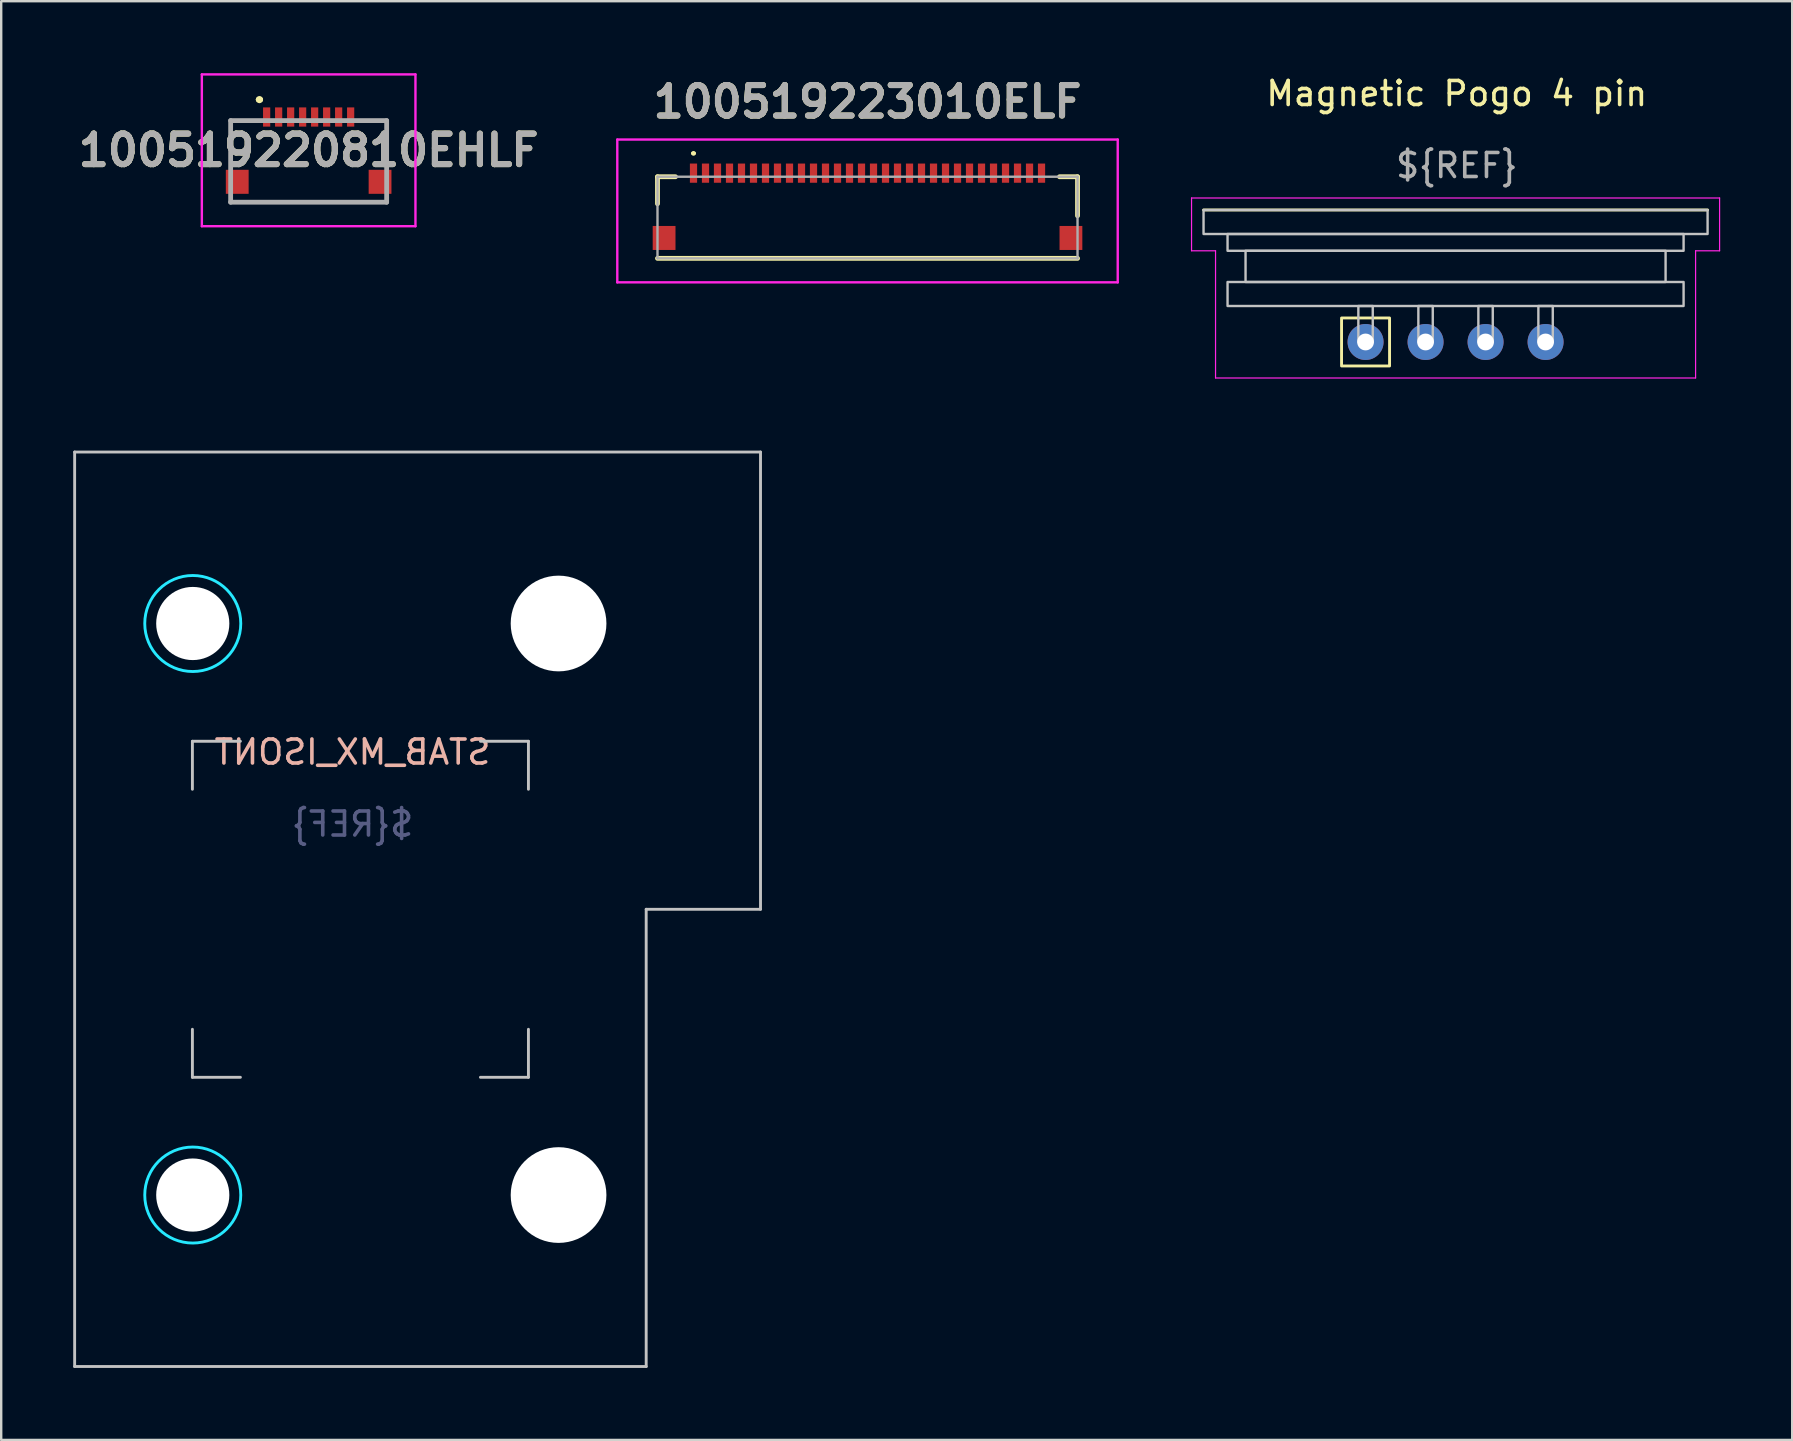
<source format=kicad_pcb>
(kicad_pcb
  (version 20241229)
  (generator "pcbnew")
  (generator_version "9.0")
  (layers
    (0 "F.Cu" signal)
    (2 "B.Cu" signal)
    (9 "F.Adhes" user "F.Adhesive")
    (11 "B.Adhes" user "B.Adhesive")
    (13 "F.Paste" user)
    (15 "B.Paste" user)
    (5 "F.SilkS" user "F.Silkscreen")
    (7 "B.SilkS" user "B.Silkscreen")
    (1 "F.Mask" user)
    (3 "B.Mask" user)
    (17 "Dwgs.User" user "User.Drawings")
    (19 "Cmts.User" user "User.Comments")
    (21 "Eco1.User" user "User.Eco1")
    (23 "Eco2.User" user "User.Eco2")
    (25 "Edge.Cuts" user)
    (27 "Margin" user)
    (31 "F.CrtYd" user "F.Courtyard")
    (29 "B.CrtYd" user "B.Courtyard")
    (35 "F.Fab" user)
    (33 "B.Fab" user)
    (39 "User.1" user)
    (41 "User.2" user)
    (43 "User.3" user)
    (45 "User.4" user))
  (footprint "STAB_MX_ISONT"
    (layer "F.Cu")
    (at 11.966 34.833)
    (property "Reference" "STAB_MX_ISONT" (at -0.331 -6.55 0) (unlocked yes) (layer "B.SilkS") (effects (font (size 1 1) (thickness 0.15)) (justify mirror)))
    (attr smd)
    (fp_line (start -11.906 -19.05) (end 16.669 -19.05) (stroke (width 0.12) (type solid)) (layer "Dwgs.User"))
    (fp_line (start -11.906 19.05) (end -11.906 -19.05) (stroke (width 0.12) (type solid)) (layer "Dwgs.User"))
    (fp_line (start -7 -7) (end -5 -7) (stroke (width 0.12) (type solid)) (layer "Dwgs.User"))
    (fp_line (start -7 -5) (end -7 -7) (stroke (width 0.12) (type solid)) (layer "Dwgs.User"))
    (fp_line (start -7 5) (end -7 7) (stroke (width 0.12) (type solid)) (layer "Dwgs.User"))
    (fp_line (start -7 7) (end -5 7) (stroke (width 0.12) (type solid)) (layer "Dwgs.User"))
    (fp_line (start 5 7) (end 7 7) (stroke (width 0.12) (type solid)) (layer "Dwgs.User"))
    (fp_line (start 7 -7) (end 5 -7) (stroke (width 0.12) (type solid)) (layer "Dwgs.User"))
    (fp_line (start 7 -5) (end 7 -7) (stroke (width 0.12) (type solid)) (layer "Dwgs.User"))
    (fp_line (start 7 7) (end 7 5) (stroke (width 0.12) (type solid)) (layer "Dwgs.User"))
    (fp_line (start 11.906 0) (end 11.906 19.05) (stroke (width 0.12) (type solid)) (layer "Dwgs.User"))
    (fp_line (start 11.906 19.05) (end -11.906 19.05) (stroke (width 0.12) (type solid)) (layer "Dwgs.User"))
    (fp_line (start 16.669 -19.05) (end 16.669 0) (stroke (width 0.12) (type solid)) (layer "Dwgs.User"))
    (fp_line (start 16.669 0) (end 11.906 0) (stroke (width 0.12) (type solid)) (layer "Dwgs.User"))
    (fp_line (start -6 -14.781) (end -6 -9.031) (stroke (width 0.05) (type solid)) (layer "Eco2.User"))
    (fp_line (start -6 9.031) (end -6 14.78) (stroke (width 0.05) (type solid)) (layer "Eco2.User"))
    (fp_line (start -5.5 -15.281) (end 7.5 -15.281) (stroke (width 0.05) (type solid)) (layer "Eco2.User"))
    (fp_line (start -5.5 -8.531) (end 7.5 -8.531) (stroke (width 0.05) (type solid)) (layer "Eco2.User"))
    (fp_line (start -5.5 8.531) (end 7.5 8.531) (stroke (width 0.05) (type solid)) (layer "Eco2.User"))
    (fp_line (start -5.5 15.28) (end 7.5 15.281) (stroke (width 0.05) (type solid)) (layer "Eco2.User"))
    (fp_line (start 8 -14.781) (end 8 -9.031) (stroke (width 0.05) (type solid)) (layer "Eco2.User"))
    (fp_line (start 8 9.031) (end 8 14.781) (stroke (width 0.05) (type solid)) (layer "Eco2.User"))
    (fp_arc (start -5.999999 -14.78125) (mid -5.853552 -15.134803) (end -5.499999 -15.28125) (stroke (width 0.05) (type solid)) (layer "Eco2.User"))
    (fp_arc (start -5.999999 9.03125) (mid -5.853552 8.677697) (end -5.499999 8.53125) (stroke (width 0.05) (type solid)) (layer "Eco2.User"))
    (fp_arc (start -5.499999 -8.53125) (mid -5.853552 -8.677697) (end -5.999999 -9.03125) (stroke (width 0.05) (type solid)) (layer "Eco2.User"))
    (fp_arc (start -5.499999 15.280039) (mid -5.853552 15.133592) (end -5.999999 14.780039) (stroke (width 0.05) (type solid)) (layer "Eco2.User"))
    (fp_arc (start 7.500001 -15.28125) (mid 7.853554 -15.134803) (end 8.000001 -14.78125) (stroke (width 0.05) (type solid)) (layer "Eco2.User"))
    (fp_arc (start 7.500001 8.53125) (mid 7.853554 8.677697) (end 8.000001 9.03125) (stroke (width 0.05) (type solid)) (layer "Eco2.User"))
    (fp_arc (start 8.000001 -9.03125) (mid 7.853554 -8.677697) (end 7.500001 -8.53125) (stroke (width 0.05) (type solid)) (layer "Eco2.User"))
    (fp_arc (start 8.000001 14.78125) (mid 7.853554 15.134803) (end 7.500001 15.28125) (stroke (width 0.05) (type solid)) (layer "Eco2.User"))
    (fp_circle (center -6.985 -11.906) (end -4.985 -11.906) (stroke (width 0.12) (type solid)) (fill no) (layer "B.CrtYd"))
    (fp_circle (center -6.985 11.906) (end -4.985 11.906) (stroke (width 0.12) (type solid)) (fill no) (layer "B.CrtYd"))
    (fp_text user "${REF}" (at -0.331 -3.55 0) (unlocked yes) (layer "B.Fab") (effects (font (size 1 1) (thickness 0.15)) (justify mirror)))
    (pad "" np_thru_hole circle (at -6.985 -11.906 90) (size 3.048 3.048) (drill 3.048) (layers "*.Cu" "*.Mask"))
    (pad "" np_thru_hole circle (at -6.985 11.906 90) (size 3.048 3.048) (drill 3.048) (layers "*.Cu" "*.Mask"))
    (pad "" np_thru_hole circle (at 8.255 -11.906 90) (size 3.988 3.988) (drill 3.988) (layers "*.Cu" "*.Mask"))
    (pad "" np_thru_hole circle (at 8.255 11.906 90) (size 3.988 3.988) (drill 3.988) (layers "*.Cu" "*.Mask")))
  (footprint "Magnetic Pogo 4 pin"
    (layer "F.Cu")
    (at 57.593 5.698)
    (property "Reference" "Magnetic Pogo 4 pin" (at 0.05 -4.85 0) (unlocked yes) (layer "F.SilkS") (effects (font (size 1 1) (thickness 0.15))))
    (attr through_hole)
    (fp_line (start 10.5 0) (end -10.5 0) (stroke (width 0.12) (type solid)) (layer "F.SilkS"))
    (fp_rect (start -4.75 6.5) (end -2.75 4.5) (stroke (width 0.12) (type solid)) (fill no) (layer "F.SilkS"))
    (fp_rect (start -4.05 4) (end -3.45 5.5) (stroke (width 0.1) (type solid)) (fill no) (layer "Dwgs.User"))
    (fp_rect (start -1.55 4) (end -0.95 5.5) (stroke (width 0.1) (type solid)) (fill no) (layer "Dwgs.User"))
    (fp_rect (start 0.95 4) (end 1.55 5.5) (stroke (width 0.1) (type solid)) (fill no) (layer "Dwgs.User"))
    (fp_rect (start 3.45 4) (end 4.05 5.5) (stroke (width 0.1) (type solid)) (fill no) (layer "Dwgs.User"))
    (fp_rect (start 8.75 1.7) (end -8.75 3) (stroke (width 0.1) (type solid)) (fill no) (layer "Dwgs.User"))
    (fp_rect (start 9.5 1) (end -9.5 1.7) (stroke (width 0.1) (type solid)) (fill no) (layer "Dwgs.User"))
    (fp_rect (start 9.5 3) (end -9.5 4) (stroke (width 0.1) (type solid)) (fill no) (layer "Dwgs.User"))
    (fp_rect (start 10.5 1) (end -10.5 0) (stroke (width 0.1) (type solid)) (fill no) (layer "Dwgs.User"))
    (fp_line (start -11 -0.5) (end -11 1.7) (stroke (width 0.05) (type solid)) (layer "F.CrtYd"))
    (fp_line (start -11 1.7) (end -10 1.7) (stroke (width 0.05) (type solid)) (layer "F.CrtYd"))
    (fp_line (start -10 1.7) (end -10 7) (stroke (width 0.05) (type solid)) (layer "F.CrtYd"))
    (fp_line (start 10 1.7) (end 10 7) (stroke (width 0.05) (type solid)) (layer "F.CrtYd"))
    (fp_line (start 10 7) (end -10 7) (stroke (width 0.05) (type solid)) (layer "F.CrtYd"))
    (fp_line (start 11 -0.5) (end -11 -0.5) (stroke (width 0.05) (type solid)) (layer "F.CrtYd"))
    (fp_line (start 11 -0.5) (end 11 1.7) (stroke (width 0.05) (type solid)) (layer "F.CrtYd"))
    (fp_line (start 11 1.7) (end 10 1.7) (stroke (width 0.05) (type solid)) (layer "F.CrtYd"))
    (fp_text user "${REF}" (at 0.05 -1.85 0) (unlocked yes) (layer "F.Fab") (effects (font (size 1 1) (thickness 0.15))))
    (pad "1" thru_hole circle (at -3.75 5.5) (size 1.5 1.5) (drill 0.7) (layers "*.Cu" "*.Mask"))
    (pad "2" thru_hole circle (at -1.25 5.5) (size 1.5 1.5) (drill 0.7) (layers "*.Cu" "*.Mask"))
    (pad "3" thru_hole circle (at 1.25 5.5) (size 1.5 1.5) (drill 0.7) (layers "*.Cu" "*.Mask"))
    (pad "4" thru_hole circle (at 3.75 5.5) (size 1.5 1.5) (drill 0.7) (layers "*.Cu" "*.Mask")))
  (footprint "100519220810EHLF"
    (layer "F.Cu")
    (at 9.809 3.6)
    (property "Reference" "100519220810EHLF" (at 0 -0.388 0) (layer "F.SilkS") (effects (font (size 1.27 1.27) (thickness 0.254))))
    (attr smd)
    (fp_line (start -3.25 -1.625) (end -3.25 0) (stroke (width 0.1) (type solid)) (layer "F.SilkS"))
    (fp_line (start -3.25 1.775) (end 3.25 1.775) (stroke (width 0.1) (type solid)) (layer "F.SilkS"))
    (fp_line (start -2.5 -1.625) (end -3.25 -1.625) (stroke (width 0.1) (type solid)) (layer "F.SilkS"))
    (fp_line (start -2.1 -2.5) (end -2.1 -2.5) (stroke (width 0.2) (type solid)) (layer "F.SilkS"))
    (fp_line (start -2 -2.5) (end -2 -2.5) (stroke (width 0.2) (type solid)) (layer "F.SilkS"))
    (fp_line (start 2.5 -1.625) (end 3.25 -1.625) (stroke (width 0.1) (type solid)) (layer "F.SilkS"))
    (fp_line (start 3.25 -1.625) (end 3.25 0) (stroke (width 0.1) (type solid)) (layer "F.SilkS"))
    (fp_arc (start -2.1 -2.5) (mid -2.05 -2.55) (end -2 -2.5) (stroke (width 0.2) (type solid)) (layer "F.SilkS"))
    (fp_arc (start -2 -2.5) (mid -2.05 -2.45) (end -2.1 -2.5) (stroke (width 0.2) (type solid)) (layer "F.SilkS"))
    (fp_line (start -4.45 -3.55) (end 4.45 -3.55) (stroke (width 0.1) (type solid)) (layer "F.CrtYd"))
    (fp_line (start -4.45 2.775) (end -4.45 -3.55) (stroke (width 0.1) (type solid)) (layer "F.CrtYd"))
    (fp_line (start 4.45 -3.55) (end 4.45 2.775) (stroke (width 0.1) (type solid)) (layer "F.CrtYd"))
    (fp_line (start 4.45 2.775) (end -4.45 2.775) (stroke (width 0.1) (type solid)) (layer "F.CrtYd"))
    (fp_line (start -3.25 -1.625) (end 3.25 -1.625) (stroke (width 0.2) (type solid)) (layer "F.Fab"))
    (fp_line (start -3.25 1.775) (end -3.25 -1.625) (stroke (width 0.2) (type solid)) (layer "F.Fab"))
    (fp_line (start 3.25 -1.625) (end 3.25 1.775) (stroke (width 0.2) (type solid)) (layer "F.Fab"))
    (fp_line (start 3.25 1.775) (end -3.25 1.775) (stroke (width 0.2) (type solid)) (layer "F.Fab"))
    (fp_text user "${REFERENCE}" (at 0 -0.388 0) (layer "F.Fab") (effects (font (size 1.27 1.27) (thickness 0.254))))
    (pad "1" smd rect (at -1.75 -1.775) (size 0.3 0.8) (layers "F.Cu" "F.Mask" "F.Paste"))
    (pad "2" smd rect (at -1.25 -1.775) (size 0.3 0.8) (layers "F.Cu" "F.Mask" "F.Paste"))
    (pad "3" smd rect (at -0.75 -1.775) (size 0.3 0.8) (layers "F.Cu" "F.Mask" "F.Paste"))
    (pad "4" smd rect (at -0.25 -1.775) (size 0.3 0.8) (layers "F.Cu" "F.Mask" "F.Paste"))
    (pad "5" smd rect (at 0.25 -1.775) (size 0.3 0.8) (layers "F.Cu" "F.Mask" "F.Paste"))
    (pad "6" smd rect (at 0.75 -1.775) (size 0.3 0.8) (layers "F.Cu" "F.Mask" "F.Paste"))
    (pad "7" smd rect (at 1.25 -1.775) (size 0.3 0.8) (layers "F.Cu" "F.Mask" "F.Paste"))
    (pad "8" smd rect (at 1.75 -1.775) (size 0.3 0.8) (layers "F.Cu" "F.Mask" "F.Paste"))
    (pad "MP1" smd rect (at -2.975 0.925) (size 0.95 1) (layers "F.Cu" "F.Mask" "F.Paste"))
    (pad "MP2" smd rect (at 2.975 0.925) (size 0.95 1) (layers "F.Cu" "F.Mask" "F.Paste")))
  (footprint "100519223010ELF"
    (layer "F.Cu")
    (at 33.093 5.939)
    (property "Reference" "100519223010ELF" (at 0 -4.75 0) (layer "F.SilkS") (effects (font (size 1.27 1.27) (thickness 0.254))))
    (attr smd)
    (fp_line (start -8.75 -1.625) (end -8 -1.625) (stroke (width 0.2) (type solid)) (layer "F.SilkS"))
    (fp_line (start -8.75 -0.5) (end -8.75 -1.625) (stroke (width 0.2) (type solid)) (layer "F.SilkS"))
    (fp_line (start -8.75 1.775) (end 8.75 1.775) (stroke (width 0.2) (type solid)) (layer "F.SilkS"))
    (fp_line (start -7.3 -2.6) (end -7.3 -2.6) (stroke (width 0.1) (type solid)) (layer "F.SilkS"))
    (fp_line (start -7.2 -2.6) (end -7.2 -2.6) (stroke (width 0.1) (type solid)) (layer "F.SilkS"))
    (fp_line (start 8 -1.625) (end 8.75 -1.625) (stroke (width 0.2) (type solid)) (layer "F.SilkS"))
    (fp_line (start 8.75 -1.625) (end 8.75 0) (stroke (width 0.2) (type solid)) (layer "F.SilkS"))
    (fp_arc (start -7.3 -2.6) (mid -7.25 -2.65) (end -7.2 -2.6) (stroke (width 0.1) (type solid)) (layer "F.SilkS"))
    (fp_arc (start -7.2 -2.6) (mid -7.25 -2.55) (end -7.3 -2.6) (stroke (width 0.1) (type solid)) (layer "F.SilkS"))
    (fp_line (start -10.425 -3.175) (end 10.425 -3.175) (stroke (width 0.1) (type solid)) (layer "F.CrtYd"))
    (fp_line (start -10.425 2.775) (end -10.425 -3.175) (stroke (width 0.1) (type solid)) (layer "F.CrtYd"))
    (fp_line (start 10.425 -3.175) (end 10.425 2.775) (stroke (width 0.1) (type solid)) (layer "F.CrtYd"))
    (fp_line (start 10.425 2.775) (end -10.425 2.775) (stroke (width 0.1) (type solid)) (layer "F.CrtYd"))
    (fp_line (start -8.75 -1.625) (end 8.75 -1.625) (stroke (width 0.1) (type solid)) (layer "F.Fab"))
    (fp_line (start -8.75 1.775) (end -8.75 -1.625) (stroke (width 0.1) (type solid)) (layer "F.Fab"))
    (fp_line (start 8.75 -1.625) (end 8.75 1.775) (stroke (width 0.1) (type solid)) (layer "F.Fab"))
    (fp_line (start 8.75 1.775) (end -8.75 1.775) (stroke (width 0.1) (type solid)) (layer "F.Fab"))
    (fp_text user "${REFERENCE}" (at 0 -4.75 0) (layer "F.Fab") (effects (font (size 1.27 1.27) (thickness 0.254))))
    (pad "1" smd rect (at -7.25 -1.775) (size 0.3 0.8) (layers "F.Cu" "F.Mask" "F.Paste"))
    (pad "2" smd rect (at -6.75 -1.775) (size 0.3 0.8) (layers "F.Cu" "F.Mask" "F.Paste"))
    (pad "3" smd rect (at -6.25 -1.775) (size 0.3 0.8) (layers "F.Cu" "F.Mask" "F.Paste"))
    (pad "4" smd rect (at -5.75 -1.775) (size 0.3 0.8) (layers "F.Cu" "F.Mask" "F.Paste"))
    (pad "5" smd rect (at -5.25 -1.775) (size 0.3 0.8) (layers "F.Cu" "F.Mask" "F.Paste"))
    (pad "6" smd rect (at -4.75 -1.775) (size 0.3 0.8) (layers "F.Cu" "F.Mask" "F.Paste"))
    (pad "7" smd rect (at -4.25 -1.775) (size 0.3 0.8) (layers "F.Cu" "F.Mask" "F.Paste"))
    (pad "8" smd rect (at -3.75 -1.775) (size 0.3 0.8) (layers "F.Cu" "F.Mask" "F.Paste"))
    (pad "9" smd rect (at -3.25 -1.775) (size 0.3 0.8) (layers "F.Cu" "F.Mask" "F.Paste"))
    (pad "10" smd rect (at -2.75 -1.775) (size 0.3 0.8) (layers "F.Cu" "F.Mask" "F.Paste"))
    (pad "11" smd rect (at -2.25 -1.775) (size 0.3 0.8) (layers "F.Cu" "F.Mask" "F.Paste"))
    (pad "12" smd rect (at -1.75 -1.775) (size 0.3 0.8) (layers "F.Cu" "F.Mask" "F.Paste"))
    (pad "13" smd rect (at -1.25 -1.775) (size 0.3 0.8) (layers "F.Cu" "F.Mask" "F.Paste"))
    (pad "14" smd rect (at -0.75 -1.775) (size 0.3 0.8) (layers "F.Cu" "F.Mask" "F.Paste"))
    (pad "15" smd rect (at -0.25 -1.775) (size 0.3 0.8) (layers "F.Cu" "F.Mask" "F.Paste"))
    (pad "16" smd rect (at 0.25 -1.775) (size 0.3 0.8) (layers "F.Cu" "F.Mask" "F.Paste"))
    (pad "17" smd rect (at 0.75 -1.775) (size 0.3 0.8) (layers "F.Cu" "F.Mask" "F.Paste"))
    (pad "18" smd rect (at 1.25 -1.775) (size 0.3 0.8) (layers "F.Cu" "F.Mask" "F.Paste"))
    (pad "19" smd rect (at 1.75 -1.775) (size 0.3 0.8) (layers "F.Cu" "F.Mask" "F.Paste"))
    (pad "20" smd rect (at 2.25 -1.775) (size 0.3 0.8) (layers "F.Cu" "F.Mask" "F.Paste"))
    (pad "21" smd rect (at 2.75 -1.775) (size 0.3 0.8) (layers "F.Cu" "F.Mask" "F.Paste"))
    (pad "22" smd rect (at 3.25 -1.775) (size 0.3 0.8) (layers "F.Cu" "F.Mask" "F.Paste"))
    (pad "23" smd rect (at 3.75 -1.775) (size 0.3 0.8) (layers "F.Cu" "F.Mask" "F.Paste"))
    (pad "24" smd rect (at 4.25 -1.775) (size 0.3 0.8) (layers "F.Cu" "F.Mask" "F.Paste"))
    (pad "25" smd rect (at 4.75 -1.775) (size 0.3 0.8) (layers "F.Cu" "F.Mask" "F.Paste"))
    (pad "26" smd rect (at 5.25 -1.775) (size 0.3 0.8) (layers "F.Cu" "F.Mask" "F.Paste"))
    (pad "27" smd rect (at 5.75 -1.775) (size 0.3 0.8) (layers "F.Cu" "F.Mask" "F.Paste"))
    (pad "28" smd rect (at 6.25 -1.775) (size 0.3 0.8) (layers "F.Cu" "F.Mask" "F.Paste"))
    (pad "29" smd rect (at 6.75 -1.775) (size 0.3 0.8) (layers "F.Cu" "F.Mask" "F.Paste"))
    (pad "30" smd rect (at 7.25 -1.775) (size 0.3 0.8) (layers "F.Cu" "F.Mask" "F.Paste"))
    (pad "MP1" smd rect (at -8.475 0.925) (size 0.95 1) (layers "F.Cu" "F.Mask" "F.Paste"))
    (pad "MP2" smd rect (at 8.475 0.925) (size 0.95 1) (layers "F.Cu" "F.Mask" "F.Paste")))
  (gr_rect
    (start -3 -3)
    (end 71.618 56.943)
    (stroke (width 0.1) (type default))
    (fill no)
    (layer "Edge.Cuts")))
</source>
